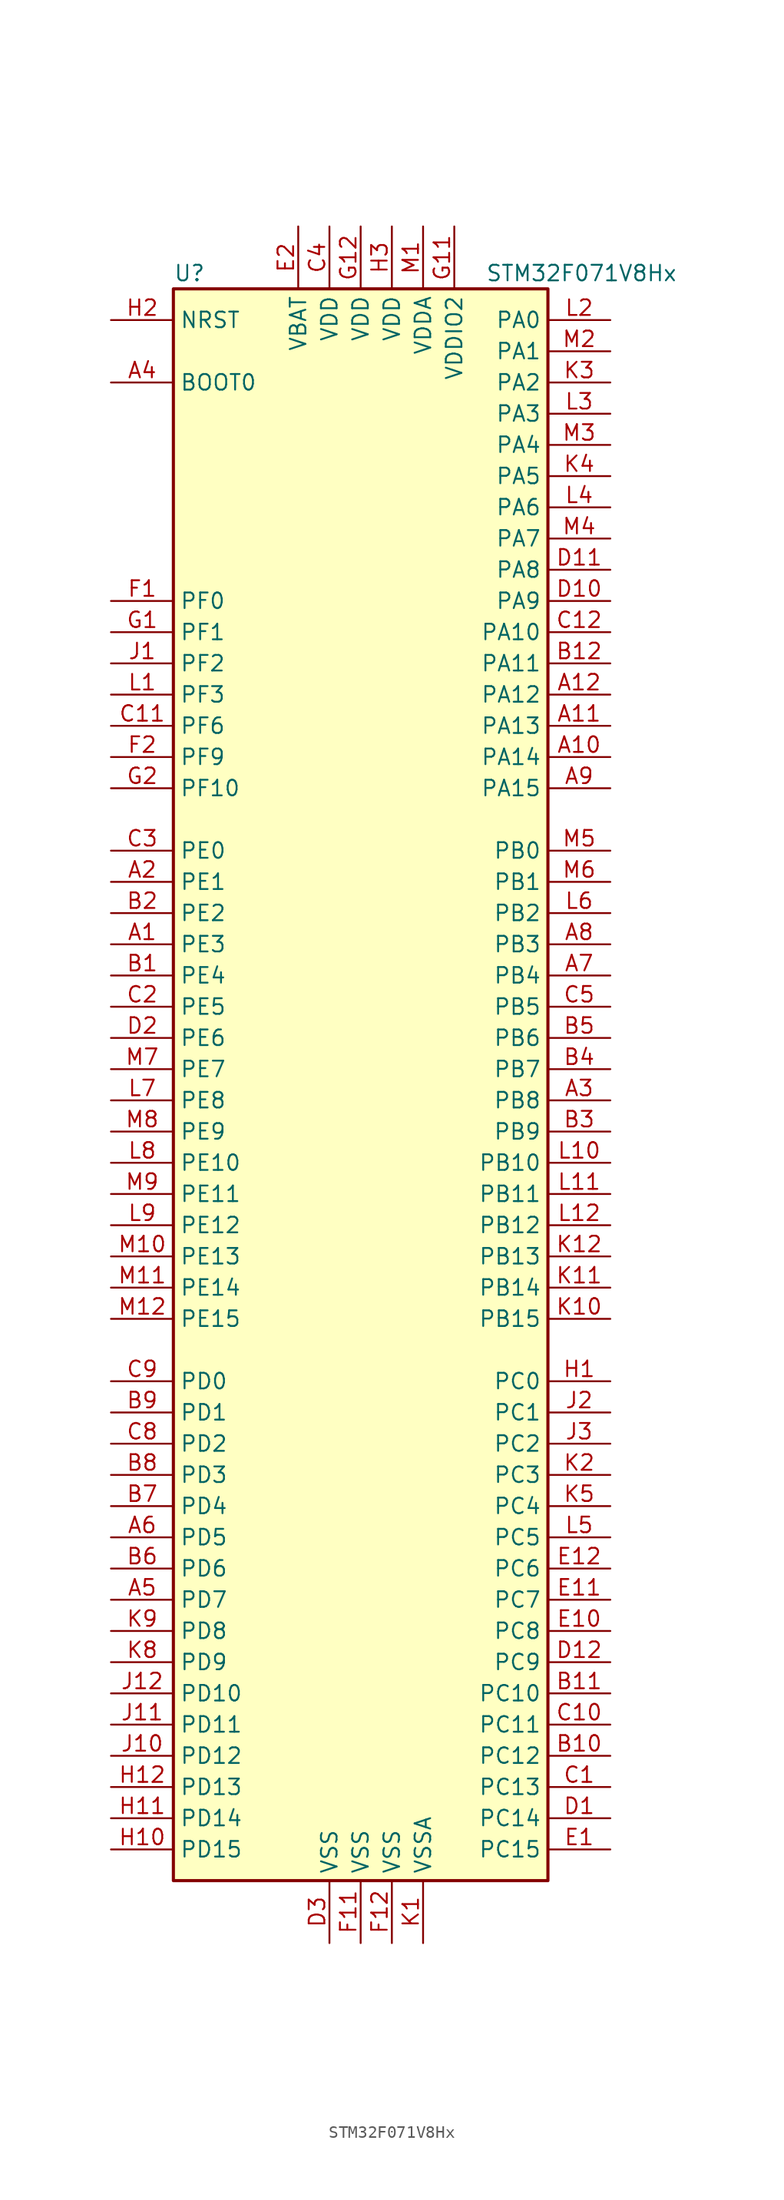
<source format=kicad_sym>
(kicad_symbol_lib
  (version 20200908)
  (generator kicad_symbol_editor)
  (symbol "MCU_ST_STM32F0:STM32F071V8Hx"
    (property "Reference" "U"
      (at -15.24 64.77 0)
      (effects (font (size 1.27 1.27)) (justify left)))
    (property "Value" "STM32F071V8Hx"
      (at 10.16 64.77 0)
      (effects (font (size 1.27 1.27)) (justify left)))
    (symbol "STM32F071V8Hx_0_1"
      (rectangle (start -15.24 -66.04) (end 15.24 63.5) (stroke (width 0.254)) (fill (type background))))
    (symbol "STM32F071V8Hx_1_1"
      (pin bidirectional line (at -20.32 10.16 0) (length 5.08) (name "PE3" (effects (font (size 1.27 1.27)))) (number "A1" (effects (font (size 1.27 1.27)))))
      (pin bidirectional line (at 20.32 25.4 180) (length 5.08) (name "PA14" (effects (font (size 1.27 1.27)))) (number "A10" (effects (font (size 1.27 1.27)))))
      (pin bidirectional line (at 20.32 27.94 180) (length 5.08) (name "PA13" (effects (font (size 1.27 1.27)))) (number "A11" (effects (font (size 1.27 1.27)))))
      (pin bidirectional line (at 20.32 30.48 180) (length 5.08) (name "PA12" (effects (font (size 1.27 1.27)))) (number "A12" (effects (font (size 1.27 1.27)))))
      (pin bidirectional line (at -20.32 15.24 0) (length 5.08) (name "PE1" (effects (font (size 1.27 1.27)))) (number "A2" (effects (font (size 1.27 1.27)))))
      (pin bidirectional line (at 20.32 -2.54 180) (length 5.08) (name "PB8" (effects (font (size 1.27 1.27)))) (number "A3" (effects (font (size 1.27 1.27)))))
      (pin input line (at -20.32 55.88 0) (length 5.08) (name "BOOT0" (effects (font (size 1.27 1.27)))) (number "A4" (effects (font (size 1.27 1.27)))))
      (pin bidirectional line (at -20.32 -43.18 0) (length 5.08) (name "PD7" (effects (font (size 1.27 1.27)))) (number "A5" (effects (font (size 1.27 1.27)))))
      (pin bidirectional line (at -20.32 -38.1 0) (length 5.08) (name "PD5" (effects (font (size 1.27 1.27)))) (number "A6" (effects (font (size 1.27 1.27)))))
      (pin bidirectional line (at 20.32 7.62 180) (length 5.08) (name "PB4" (effects (font (size 1.27 1.27)))) (number "A7" (effects (font (size 1.27 1.27)))))
      (pin bidirectional line (at 20.32 10.16 180) (length 5.08) (name "PB3" (effects (font (size 1.27 1.27)))) (number "A8" (effects (font (size 1.27 1.27)))))
      (pin bidirectional line (at 20.32 22.86 180) (length 5.08) (name "PA15" (effects (font (size 1.27 1.27)))) (number "A9" (effects (font (size 1.27 1.27)))))
      (pin bidirectional line (at -20.32 7.62 0) (length 5.08) (name "PE4" (effects (font (size 1.27 1.27)))) (number "B1" (effects (font (size 1.27 1.27)))))
      (pin bidirectional line (at 20.32 -55.88 180) (length 5.08) (name "PC12" (effects (font (size 1.27 1.27)))) (number "B10" (effects (font (size 1.27 1.27)))))
      (pin bidirectional line (at 20.32 -50.8 180) (length 5.08) (name "PC10" (effects (font (size 1.27 1.27)))) (number "B11" (effects (font (size 1.27 1.27)))))
      (pin bidirectional line (at 20.32 33.02 180) (length 5.08) (name "PA11" (effects (font (size 1.27 1.27)))) (number "B12" (effects (font (size 1.27 1.27)))))
      (pin bidirectional line (at -20.32 12.7 0) (length 5.08) (name "PE2" (effects (font (size 1.27 1.27)))) (number "B2" (effects (font (size 1.27 1.27)))))
      (pin bidirectional line (at 20.32 -5.08 180) (length 5.08) (name "PB9" (effects (font (size 1.27 1.27)))) (number "B3" (effects (font (size 1.27 1.27)))))
      (pin bidirectional line (at 20.32 0 180) (length 5.08) (name "PB7" (effects (font (size 1.27 1.27)))) (number "B4" (effects (font (size 1.27 1.27)))))
      (pin bidirectional line (at 20.32 2.54 180) (length 5.08) (name "PB6" (effects (font (size 1.27 1.27)))) (number "B5" (effects (font (size 1.27 1.27)))))
      (pin bidirectional line (at -20.32 -40.64 0) (length 5.08) (name "PD6" (effects (font (size 1.27 1.27)))) (number "B6" (effects (font (size 1.27 1.27)))))
      (pin bidirectional line (at -20.32 -35.56 0) (length 5.08) (name "PD4" (effects (font (size 1.27 1.27)))) (number "B7" (effects (font (size 1.27 1.27)))))
      (pin bidirectional line (at -20.32 -33.02 0) (length 5.08) (name "PD3" (effects (font (size 1.27 1.27)))) (number "B8" (effects (font (size 1.27 1.27)))))
      (pin bidirectional line (at -20.32 -27.94 0) (length 5.08) (name "PD1" (effects (font (size 1.27 1.27)))) (number "B9" (effects (font (size 1.27 1.27)))))
      (pin bidirectional line (at 20.32 -58.42 180) (length 5.08) (name "PC13" (effects (font (size 1.27 1.27)))) (number "C1" (effects (font (size 1.27 1.27)))))
      (pin bidirectional line (at 20.32 -53.34 180) (length 5.08) (name "PC11" (effects (font (size 1.27 1.27)))) (number "C10" (effects (font (size 1.27 1.27)))))
      (pin bidirectional line (at -20.32 27.94 0) (length 5.08) (name "PF6" (effects (font (size 1.27 1.27)))) (number "C11" (effects (font (size 1.27 1.27)))))
      (pin bidirectional line (at 20.32 35.56 180) (length 5.08) (name "PA10" (effects (font (size 1.27 1.27)))) (number "C12" (effects (font (size 1.27 1.27)))))
      (pin bidirectional line (at -20.32 5.08 0) (length 5.08) (name "PE5" (effects (font (size 1.27 1.27)))) (number "C2" (effects (font (size 1.27 1.27)))))
      (pin bidirectional line (at -20.32 17.78 0) (length 5.08) (name "PE0" (effects (font (size 1.27 1.27)))) (number "C3" (effects (font (size 1.27 1.27)))))
      (pin power_in line (at -2.54 68.58 270) (length 5.08) (name "VDD" (effects (font (size 1.27 1.27)))) (number "C4" (effects (font (size 1.27 1.27)))))
      (pin bidirectional line (at 20.32 5.08 180) (length 5.08) (name "PB5" (effects (font (size 1.27 1.27)))) (number "C5" (effects (font (size 1.27 1.27)))))
      (pin bidirectional line (at -20.32 -30.48 0) (length 5.08) (name "PD2" (effects (font (size 1.27 1.27)))) (number "C8" (effects (font (size 1.27 1.27)))))
      (pin bidirectional line (at -20.32 -25.4 0) (length 5.08) (name "PD0" (effects (font (size 1.27 1.27)))) (number "C9" (effects (font (size 1.27 1.27)))))
      (pin bidirectional line (at 20.32 -60.96 180) (length 5.08) (name "PC14" (effects (font (size 1.27 1.27)))) (number "D1" (effects (font (size 1.27 1.27)))))
      (pin bidirectional line (at 20.32 38.1 180) (length 5.08) (name "PA9" (effects (font (size 1.27 1.27)))) (number "D10" (effects (font (size 1.27 1.27)))))
      (pin bidirectional line (at 20.32 40.64 180) (length 5.08) (name "PA8" (effects (font (size 1.27 1.27)))) (number "D11" (effects (font (size 1.27 1.27)))))
      (pin bidirectional line (at 20.32 -48.26 180) (length 5.08) (name "PC9" (effects (font (size 1.27 1.27)))) (number "D12" (effects (font (size 1.27 1.27)))))
      (pin bidirectional line (at -20.32 2.54 0) (length 5.08) (name "PE6" (effects (font (size 1.27 1.27)))) (number "D2" (effects (font (size 1.27 1.27)))))
      (pin power_in line (at -2.54 -71.12 90) (length 5.08) (name "VSS" (effects (font (size 1.27 1.27)))) (number "D3" (effects (font (size 1.27 1.27)))))
      (pin bidirectional line (at 20.32 -63.5 180) (length 5.08) (name "PC15" (effects (font (size 1.27 1.27)))) (number "E1" (effects (font (size 1.27 1.27)))))
      (pin bidirectional line (at 20.32 -45.72 180) (length 5.08) (name "PC8" (effects (font (size 1.27 1.27)))) (number "E10" (effects (font (size 1.27 1.27)))))
      (pin bidirectional line (at 20.32 -43.18 180) (length 5.08) (name "PC7" (effects (font (size 1.27 1.27)))) (number "E11" (effects (font (size 1.27 1.27)))))
      (pin bidirectional line (at 20.32 -40.64 180) (length 5.08) (name "PC6" (effects (font (size 1.27 1.27)))) (number "E12" (effects (font (size 1.27 1.27)))))
      (pin power_in line (at -5.08 68.58 270) (length 5.08) (name "VBAT" (effects (font (size 1.27 1.27)))) (number "E2" (effects (font (size 1.27 1.27)))))
      (pin unconnected line (at -15.24 -63.5 0) (length 5.08) hide (name "NC" (effects (font (size 1.27 1.27)))) (number "E3" (effects (font (size 1.27 1.27)))))
      (pin input line (at -20.32 38.1 0) (length 5.08) (name "PF0" (effects (font (size 1.27 1.27)))) (number "F1" (effects (font (size 1.27 1.27)))))
      (pin power_in line (at 0 -71.12 90) (length 5.08) (name "VSS" (effects (font (size 1.27 1.27)))) (number "F11" (effects (font (size 1.27 1.27)))))
      (pin power_in line (at 2.54 -71.12 90) (length 5.08) (name "VSS" (effects (font (size 1.27 1.27)))) (number "F12" (effects (font (size 1.27 1.27)))))
      (pin bidirectional line (at -20.32 25.4 0) (length 5.08) (name "PF9" (effects (font (size 1.27 1.27)))) (number "F2" (effects (font (size 1.27 1.27)))))
      (pin input line (at -20.32 35.56 0) (length 5.08) (name "PF1" (effects (font (size 1.27 1.27)))) (number "G1" (effects (font (size 1.27 1.27)))))
      (pin power_in line (at 7.62 68.58 270) (length 5.08) (name "VDDIO2" (effects (font (size 1.27 1.27)))) (number "G11" (effects (font (size 1.27 1.27)))))
      (pin power_in line (at 0 68.58 270) (length 5.08) (name "VDD" (effects (font (size 1.27 1.27)))) (number "G12" (effects (font (size 1.27 1.27)))))
      (pin bidirectional line (at -20.32 22.86 0) (length 5.08) (name "PF10" (effects (font (size 1.27 1.27)))) (number "G2" (effects (font (size 1.27 1.27)))))
      (pin bidirectional line (at 20.32 -25.4 180) (length 5.08) (name "PC0" (effects (font (size 1.27 1.27)))) (number "H1" (effects (font (size 1.27 1.27)))))
      (pin bidirectional line (at -20.32 -63.5 0) (length 5.08) (name "PD15" (effects (font (size 1.27 1.27)))) (number "H10" (effects (font (size 1.27 1.27)))))
      (pin bidirectional line (at -20.32 -60.96 0) (length 5.08) (name "PD14" (effects (font (size 1.27 1.27)))) (number "H11" (effects (font (size 1.27 1.27)))))
      (pin bidirectional line (at -20.32 -58.42 0) (length 5.08) (name "PD13" (effects (font (size 1.27 1.27)))) (number "H12" (effects (font (size 1.27 1.27)))))
      (pin input line (at -20.32 60.96 0) (length 5.08) (name "NRST" (effects (font (size 1.27 1.27)))) (number "H2" (effects (font (size 1.27 1.27)))))
      (pin power_in line (at 2.54 68.58 270) (length 5.08) (name "VDD" (effects (font (size 1.27 1.27)))) (number "H3" (effects (font (size 1.27 1.27)))))
      (pin bidirectional line (at -20.32 33.02 0) (length 5.08) (name "PF2" (effects (font (size 1.27 1.27)))) (number "J1" (effects (font (size 1.27 1.27)))))
      (pin bidirectional line (at -20.32 -55.88 0) (length 5.08) (name "PD12" (effects (font (size 1.27 1.27)))) (number "J10" (effects (font (size 1.27 1.27)))))
      (pin bidirectional line (at -20.32 -53.34 0) (length 5.08) (name "PD11" (effects (font (size 1.27 1.27)))) (number "J11" (effects (font (size 1.27 1.27)))))
      (pin bidirectional line (at -20.32 -50.8 0) (length 5.08) (name "PD10" (effects (font (size 1.27 1.27)))) (number "J12" (effects (font (size 1.27 1.27)))))
      (pin bidirectional line (at 20.32 -27.94 180) (length 5.08) (name "PC1" (effects (font (size 1.27 1.27)))) (number "J2" (effects (font (size 1.27 1.27)))))
      (pin bidirectional line (at 20.32 -30.48 180) (length 5.08) (name "PC2" (effects (font (size 1.27 1.27)))) (number "J3" (effects (font (size 1.27 1.27)))))
      (pin power_in line (at 5.08 -71.12 90) (length 5.08) (name "VSSA" (effects (font (size 1.27 1.27)))) (number "K1" (effects (font (size 1.27 1.27)))))
      (pin bidirectional line (at 20.32 -20.32 180) (length 5.08) (name "PB15" (effects (font (size 1.27 1.27)))) (number "K10" (effects (font (size 1.27 1.27)))))
      (pin bidirectional line (at 20.32 -17.78 180) (length 5.08) (name "PB14" (effects (font (size 1.27 1.27)))) (number "K11" (effects (font (size 1.27 1.27)))))
      (pin bidirectional line (at 20.32 -15.24 180) (length 5.08) (name "PB13" (effects (font (size 1.27 1.27)))) (number "K12" (effects (font (size 1.27 1.27)))))
      (pin bidirectional line (at 20.32 -33.02 180) (length 5.08) (name "PC3" (effects (font (size 1.27 1.27)))) (number "K2" (effects (font (size 1.27 1.27)))))
      (pin bidirectional line (at 20.32 55.88 180) (length 5.08) (name "PA2" (effects (font (size 1.27 1.27)))) (number "K3" (effects (font (size 1.27 1.27)))))
      (pin bidirectional line (at 20.32 48.26 180) (length 5.08) (name "PA5" (effects (font (size 1.27 1.27)))) (number "K4" (effects (font (size 1.27 1.27)))))
      (pin bidirectional line (at 20.32 -35.56 180) (length 5.08) (name "PC4" (effects (font (size 1.27 1.27)))) (number "K5" (effects (font (size 1.27 1.27)))))
      (pin bidirectional line (at -20.32 -48.26 0) (length 5.08) (name "PD9" (effects (font (size 1.27 1.27)))) (number "K8" (effects (font (size 1.27 1.27)))))
      (pin bidirectional line (at -20.32 -45.72 0) (length 5.08) (name "PD8" (effects (font (size 1.27 1.27)))) (number "K9" (effects (font (size 1.27 1.27)))))
      (pin bidirectional line (at -20.32 30.48 0) (length 5.08) (name "PF3" (effects (font (size 1.27 1.27)))) (number "L1" (effects (font (size 1.27 1.27)))))
      (pin bidirectional line (at 20.32 -7.62 180) (length 5.08) (name "PB10" (effects (font (size 1.27 1.27)))) (number "L10" (effects (font (size 1.27 1.27)))))
      (pin bidirectional line (at 20.32 -10.16 180) (length 5.08) (name "PB11" (effects (font (size 1.27 1.27)))) (number "L11" (effects (font (size 1.27 1.27)))))
      (pin bidirectional line (at 20.32 -12.7 180) (length 5.08) (name "PB12" (effects (font (size 1.27 1.27)))) (number "L12" (effects (font (size 1.27 1.27)))))
      (pin bidirectional line (at 20.32 60.96 180) (length 5.08) (name "PA0" (effects (font (size 1.27 1.27)))) (number "L2" (effects (font (size 1.27 1.27)))))
      (pin bidirectional line (at 20.32 53.34 180) (length 5.08) (name "PA3" (effects (font (size 1.27 1.27)))) (number "L3" (effects (font (size 1.27 1.27)))))
      (pin bidirectional line (at 20.32 45.72 180) (length 5.08) (name "PA6" (effects (font (size 1.27 1.27)))) (number "L4" (effects (font (size 1.27 1.27)))))
      (pin bidirectional line (at 20.32 -38.1 180) (length 5.08) (name "PC5" (effects (font (size 1.27 1.27)))) (number "L5" (effects (font (size 1.27 1.27)))))
      (pin bidirectional line (at 20.32 12.7 180) (length 5.08) (name "PB2" (effects (font (size 1.27 1.27)))) (number "L6" (effects (font (size 1.27 1.27)))))
      (pin bidirectional line (at -20.32 -2.54 0) (length 5.08) (name "PE8" (effects (font (size 1.27 1.27)))) (number "L7" (effects (font (size 1.27 1.27)))))
      (pin bidirectional line (at -20.32 -7.62 0) (length 5.08) (name "PE10" (effects (font (size 1.27 1.27)))) (number "L8" (effects (font (size 1.27 1.27)))))
      (pin bidirectional line (at -20.32 -12.7 0) (length 5.08) (name "PE12" (effects (font (size 1.27 1.27)))) (number "L9" (effects (font (size 1.27 1.27)))))
      (pin power_in line (at 5.08 68.58 270) (length 5.08) (name "VDDA" (effects (font (size 1.27 1.27)))) (number "M1" (effects (font (size 1.27 1.27)))))
      (pin bidirectional line (at -20.32 -15.24 0) (length 5.08) (name "PE13" (effects (font (size 1.27 1.27)))) (number "M10" (effects (font (size 1.27 1.27)))))
      (pin bidirectional line (at -20.32 -17.78 0) (length 5.08) (name "PE14" (effects (font (size 1.27 1.27)))) (number "M11" (effects (font (size 1.27 1.27)))))
      (pin bidirectional line (at -20.32 -20.32 0) (length 5.08) (name "PE15" (effects (font (size 1.27 1.27)))) (number "M12" (effects (font (size 1.27 1.27)))))
      (pin bidirectional line (at 20.32 58.42 180) (length 5.08) (name "PA1" (effects (font (size 1.27 1.27)))) (number "M2" (effects (font (size 1.27 1.27)))))
      (pin bidirectional line (at 20.32 50.8 180) (length 5.08) (name "PA4" (effects (font (size 1.27 1.27)))) (number "M3" (effects (font (size 1.27 1.27)))))
      (pin bidirectional line (at 20.32 43.18 180) (length 5.08) (name "PA7" (effects (font (size 1.27 1.27)))) (number "M4" (effects (font (size 1.27 1.27)))))
      (pin bidirectional line (at 20.32 17.78 180) (length 5.08) (name "PB0" (effects (font (size 1.27 1.27)))) (number "M5" (effects (font (size 1.27 1.27)))))
      (pin bidirectional line (at 20.32 15.24 180) (length 5.08) (name "PB1" (effects (font (size 1.27 1.27)))) (number "M6" (effects (font (size 1.27 1.27)))))
      (pin bidirectional line (at -20.32 0 0) (length 5.08) (name "PE7" (effects (font (size 1.27 1.27)))) (number "M7" (effects (font (size 1.27 1.27)))))
      (pin bidirectional line (at -20.32 -5.08 0) (length 5.08) (name "PE9" (effects (font (size 1.27 1.27)))) (number "M8" (effects (font (size 1.27 1.27)))))
      (pin bidirectional line (at -20.32 -10.16 0) (length 5.08) (name "PE11" (effects (font (size 1.27 1.27)))) (number "M9" (effects (font (size 1.27 1.27))))))))
</source>
